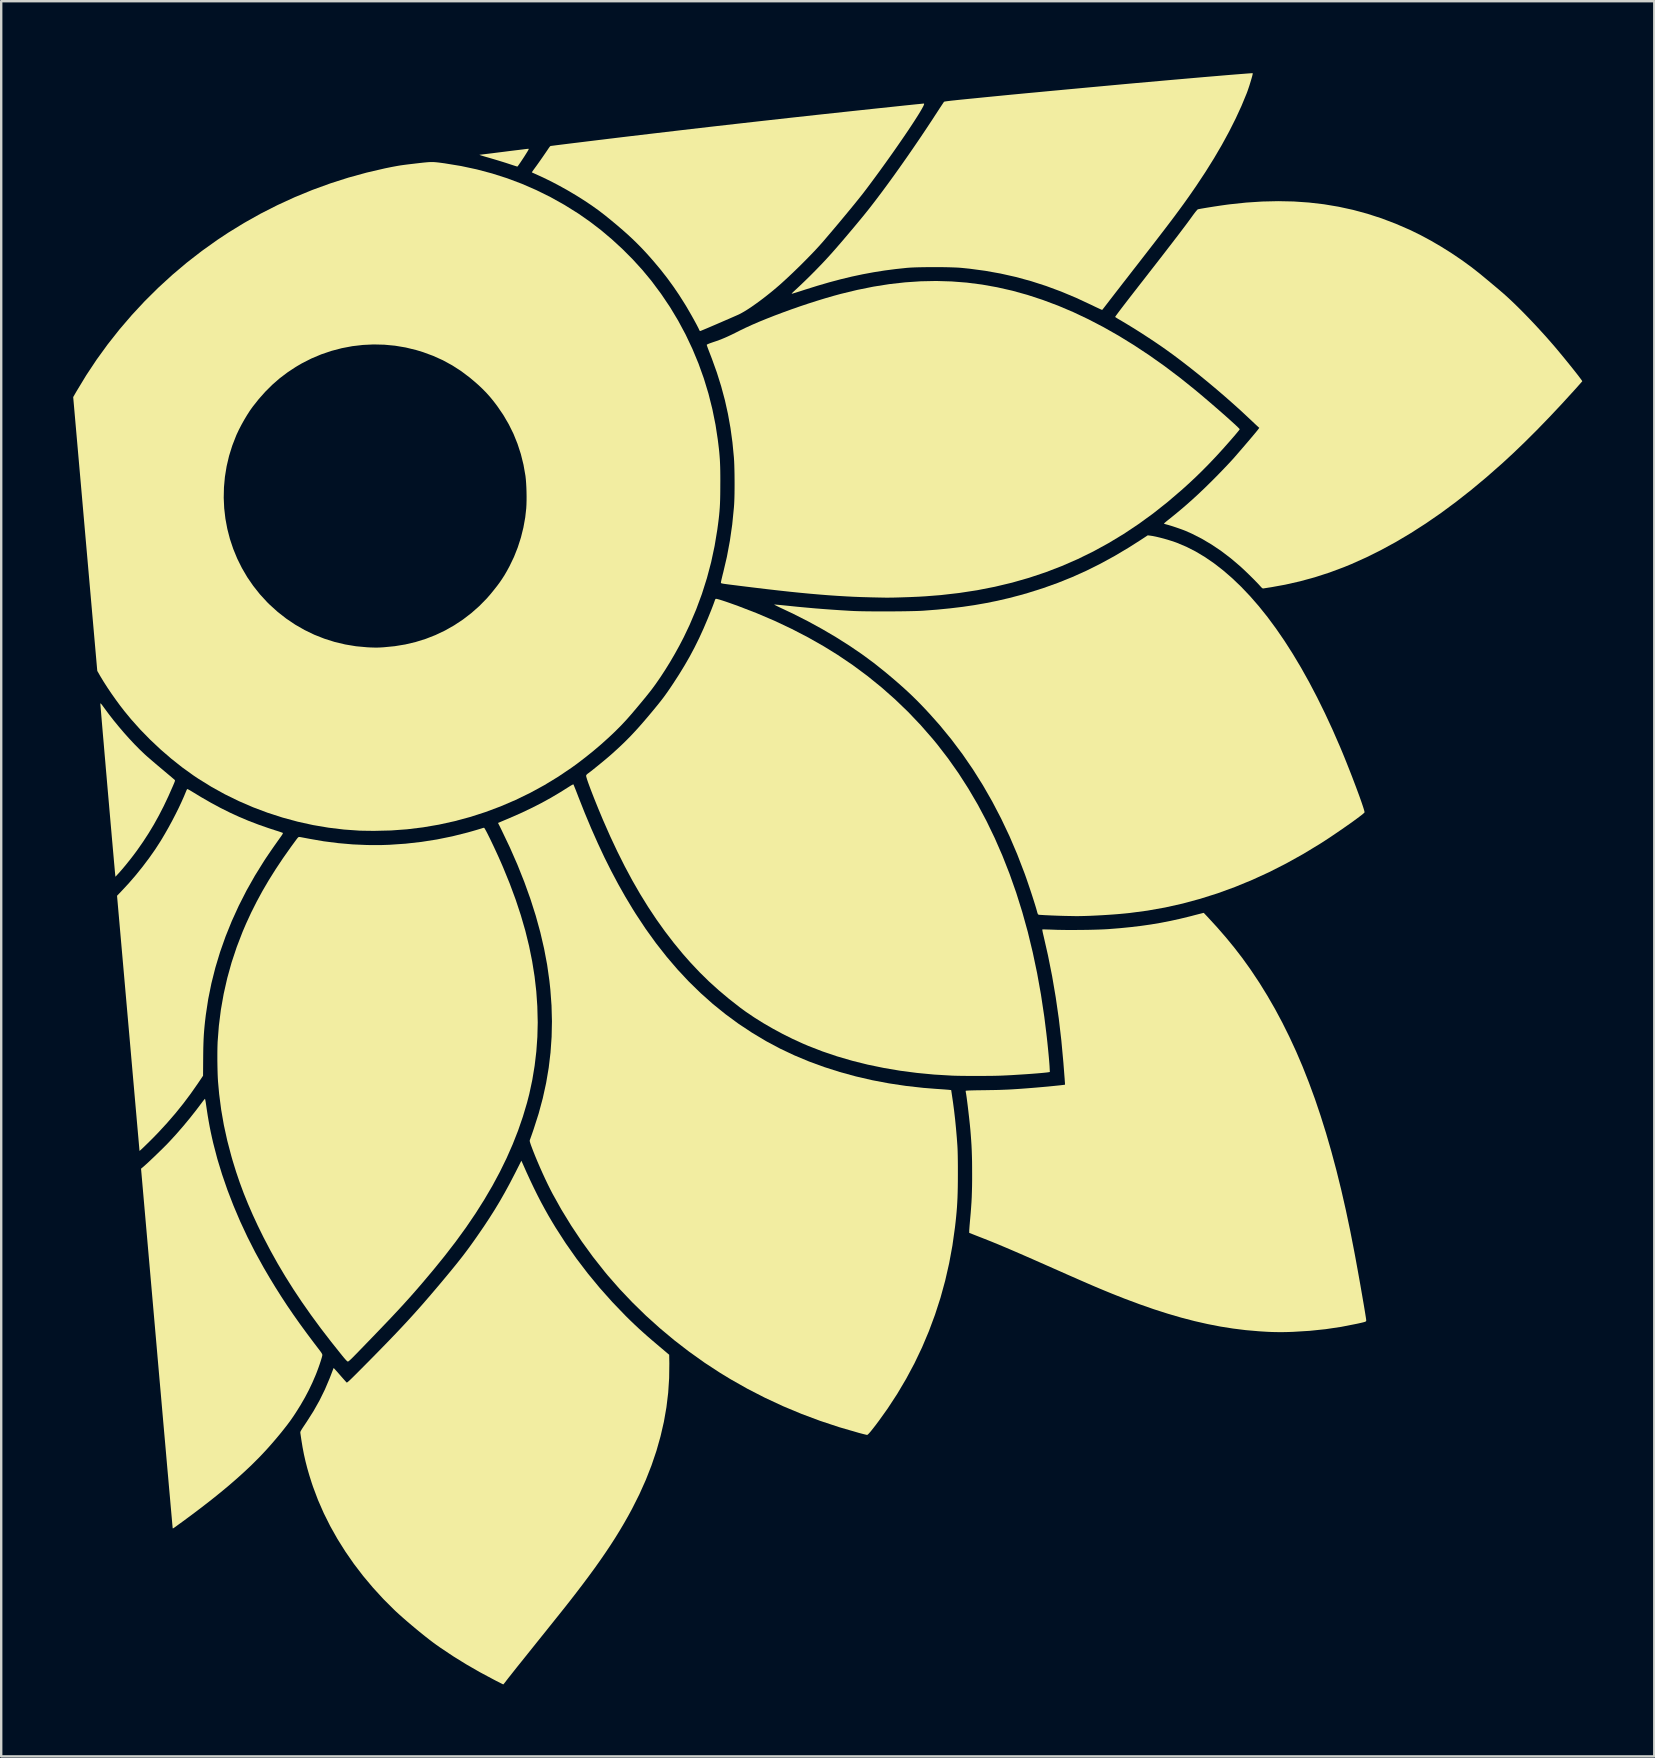
<source format=kicad_pcb>
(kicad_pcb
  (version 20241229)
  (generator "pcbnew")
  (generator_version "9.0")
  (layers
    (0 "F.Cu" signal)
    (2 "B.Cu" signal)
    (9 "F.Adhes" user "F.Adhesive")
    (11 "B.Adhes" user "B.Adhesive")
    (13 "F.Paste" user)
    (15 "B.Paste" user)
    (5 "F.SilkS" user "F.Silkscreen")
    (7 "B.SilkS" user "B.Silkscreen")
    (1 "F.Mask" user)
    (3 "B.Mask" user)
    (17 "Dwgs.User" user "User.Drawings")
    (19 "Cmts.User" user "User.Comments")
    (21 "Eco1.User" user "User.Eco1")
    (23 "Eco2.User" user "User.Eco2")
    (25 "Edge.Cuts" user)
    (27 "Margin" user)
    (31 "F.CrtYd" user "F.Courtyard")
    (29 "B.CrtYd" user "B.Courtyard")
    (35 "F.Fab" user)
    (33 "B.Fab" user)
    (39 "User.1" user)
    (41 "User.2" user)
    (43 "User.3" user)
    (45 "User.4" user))
  (footprint "lotusFront"
    (layer "F.Cu")
    (at 31.436 33.556)
    (property "Reference" "lotusFront" (at 0 0 0) (layer "F.SilkS") (effects (font (size 1.524 1.524) (thickness 0.3))))
    (attr board_only exclude_from_pos_files exclude_from_bom)
    (fp_poly (pts (xy -12.457 -30.404) (xy -12.456 -30.393) (xy -12.464 -30.37) (xy -12.484 -30.333) (xy -12.516 -30.279) (xy -12.562 -30.205) (xy -12.623 -30.108) (xy -12.67 -30.035) (xy -12.735 -29.937) (xy -12.794 -29.848) (xy -12.846 -29.773) (xy -12.887 -29.715) (xy -12.916 -29.678) (xy -12.929 -29.665) (xy -12.929 -29.665) (xy -12.95 -29.671) (xy -12.997 -29.685) (xy -13.066 -29.707) (xy -13.152 -29.735) (xy -13.25 -29.767) (xy -13.295 -29.782) (xy -13.414 -29.821) (xy -13.555 -29.865) (xy -13.708 -29.912) (xy -13.863 -29.959) (xy -14.009 -30.002) (xy -14.07 -30.02) (xy -14.207 -30.059) (xy -14.315 -30.091) (xy -14.396 -30.115) (xy -14.453 -30.133) (xy -14.488 -30.146) (xy -14.505 -30.154) (xy -14.505 -30.158) (xy -14.491 -30.159) (xy -14.488 -30.159) (xy -14.467 -30.161) (xy -14.416 -30.167) (xy -14.338 -30.177) (xy -14.237 -30.189) (xy -14.114 -30.204) (xy -13.973 -30.221) (xy -13.818 -30.241) (xy -13.65 -30.262) (xy -13.481 -30.283) (xy -13.304 -30.306) (xy -13.136 -30.327) (xy -12.98 -30.346) (xy -12.839 -30.363) (xy -12.716 -30.378) (xy -12.615 -30.391) (xy -12.537 -30.4) (xy -12.486 -30.405) (xy -12.466 -30.407)) (stroke (width 0) (type solid)) (fill yes) (layer "F.SilkS"))
    (fp_poly (pts (xy -30.288 -7.292) (xy -30.267 -7.271) (xy -30.233 -7.23) (xy -30.186 -7.166) (xy -30.135 -7.096) (xy -29.947 -6.842) (xy -29.745 -6.582) (xy -29.532 -6.323) (xy -29.314 -6.067) (xy -29.093 -5.82) (xy -28.875 -5.587) (xy -28.663 -5.373) (xy -28.462 -5.181) (xy -28.399 -5.124) (xy -28.335 -5.067) (xy -28.249 -4.993) (xy -28.148 -4.906) (xy -28.036 -4.81) (xy -27.917 -4.709) (xy -27.797 -4.608) (xy -27.714 -4.538) (xy -27.606 -4.447) (xy -27.505 -4.362) (xy -27.414 -4.286) (xy -27.336 -4.22) (xy -27.275 -4.168) (xy -27.233 -4.132) (xy -27.213 -4.115) (xy -27.212 -4.115) (xy -27.201 -4.102) (xy -27.196 -4.087) (xy -27.198 -4.064) (xy -27.209 -4.029) (xy -27.23 -3.975) (xy -27.263 -3.897) (xy -27.273 -3.873) (xy -27.468 -3.431) (xy -27.665 -3.016) (xy -27.867 -2.623) (xy -28.075 -2.248) (xy -28.294 -1.885) (xy -28.526 -1.528) (xy -28.774 -1.173) (xy -28.799 -1.139) (xy -28.894 -1.011) (xy -29 -0.872) (xy -29.113 -0.729) (xy -29.228 -0.586) (xy -29.34 -0.451) (xy -29.444 -0.329) (xy -29.536 -0.225) (xy -29.561 -0.198) (xy -29.676 -0.074) (xy -29.687 -0.174) (xy -29.691 -0.216) (xy -29.698 -0.288) (xy -29.707 -0.388) (xy -29.718 -0.514) (xy -29.732 -0.664) (xy -29.747 -0.837) (xy -29.764 -1.03) (xy -29.783 -1.241) (xy -29.803 -1.47) (xy -29.825 -1.713) (xy -29.847 -1.97) (xy -29.871 -2.238) (xy -29.895 -2.515) (xy -29.92 -2.8) (xy -29.945 -3.091) (xy -29.971 -3.386) (xy -29.997 -3.683) (xy -30.023 -3.98) (xy -30.048 -4.275) (xy -30.074 -4.567) (xy -30.098 -4.854) (xy -30.123 -5.134) (xy -30.146 -5.405) (xy -30.168 -5.665) (xy -30.19 -5.912) (xy -30.21 -6.145) (xy -30.228 -6.361) (xy -30.245 -6.56) (xy -30.26 -6.738) (xy -30.273 -6.895) (xy -30.284 -7.028) (xy -30.293 -7.135) (xy -30.3 -7.215) (xy -30.304 -7.266) (xy -30.305 -7.286) (xy -30.305 -7.286) (xy -30.3 -7.296)) (stroke (width 0) (type solid)) (fill yes) (layer "F.SilkS"))
    (fp_poly (pts (xy -26.669 -3.723) (xy -26.628 -3.705) (xy -26.57 -3.673) (xy -26.521 -3.644) (xy -26.098 -3.387) (xy -25.691 -3.153) (xy -25.295 -2.94) (xy -24.904 -2.745) (xy -24.514 -2.566) (xy -24.118 -2.399) (xy -23.712 -2.244) (xy -23.291 -2.097) (xy -22.987 -1.998) (xy -22.897 -1.97) (xy -22.818 -1.943) (xy -22.754 -1.921) (xy -22.713 -1.906) (xy -22.699 -1.899) (xy -22.7 -1.879) (xy -22.72 -1.839) (xy -22.752 -1.789) (xy -22.913 -1.563) (xy -23.056 -1.361) (xy -23.183 -1.178) (xy -23.296 -1.013) (xy -23.397 -0.863) (xy -23.481 -0.736) (xy -23.863 -0.121) (xy -24.215 0.502) (xy -24.536 1.133) (xy -24.827 1.771) (xy -25.087 2.415) (xy -25.316 3.064) (xy -25.513 3.716) (xy -25.678 4.372) (xy -25.811 5.03) (xy -25.911 5.69) (xy -25.92 5.767) (xy -25.944 5.968) (xy -25.963 6.153) (xy -25.979 6.33) (xy -25.992 6.503) (xy -26.002 6.681) (xy -26.009 6.867) (xy -26.015 7.07) (xy -26.018 7.295) (xy -26.02 7.493) (xy -26.025 8.219) (xy -26.237 8.534) (xy -26.54 8.967) (xy -26.852 9.383) (xy -27.178 9.787) (xy -27.524 10.187) (xy -27.895 10.59) (xy -27.926 10.622) (xy -27.998 10.696) (xy -28.078 10.779) (xy -28.164 10.865) (xy -28.252 10.953) (xy -28.34 11.039) (xy -28.423 11.12) (xy -28.499 11.194) (xy -28.565 11.257) (xy -28.618 11.306) (xy -28.655 11.338) (xy -28.672 11.351) (xy -28.673 11.351) (xy -28.674 11.334) (xy -28.679 11.286) (xy -28.685 11.207) (xy -28.695 11.099) (xy -28.707 10.962) (xy -28.721 10.8) (xy -28.738 10.611) (xy -28.757 10.398) (xy -28.778 10.162) (xy -28.8 9.905) (xy -28.825 9.626) (xy -28.851 9.328) (xy -28.879 9.013) (xy -28.908 8.68) (xy -28.939 8.331) (xy -28.971 7.968) (xy -29.004 7.591) (xy -29.038 7.203) (xy -29.073 6.804) (xy -29.109 6.395) (xy -29.141 6.032) (xy -29.609 0.719) (xy -29.426 0.528) (xy -29.123 0.202) (xy -28.826 -0.142) (xy -28.54 -0.497) (xy -28.269 -0.857) (xy -28.017 -1.215) (xy -27.79 -1.567) (xy -27.768 -1.603) (xy -27.615 -1.861) (xy -27.463 -2.128) (xy -27.315 -2.4) (xy -27.174 -2.672) (xy -27.042 -2.936) (xy -26.923 -3.19) (xy -26.818 -3.426) (xy -26.752 -3.586) (xy -26.727 -3.646) (xy -26.706 -3.694) (xy -26.691 -3.722) (xy -26.689 -3.725)) (stroke (width 0) (type solid)) (fill yes) (layer "F.SilkS"))
    (fp_poly (pts (xy -25.938 9.199) (xy -25.929 9.242) (xy -25.918 9.302) (xy -25.913 9.332) (xy -25.871 9.618) (xy -25.831 9.878) (xy -25.79 10.118) (xy -25.749 10.343) (xy -25.705 10.562) (xy -25.658 10.779) (xy -25.607 11.002) (xy -25.596 11.047) (xy -25.43 11.684) (xy -25.233 12.329) (xy -25.009 12.979) (xy -24.757 13.632) (xy -24.48 14.284) (xy -24.178 14.932) (xy -23.853 15.573) (xy -23.505 16.204) (xy -23.487 16.235) (xy -23.252 16.636) (xy -23.015 17.026) (xy -22.773 17.409) (xy -22.524 17.79) (xy -22.263 18.172) (xy -21.989 18.56) (xy -21.698 18.958) (xy -21.388 19.371) (xy -21.156 19.674) (xy -21.099 19.753) (xy -21.065 19.813) (xy -21.054 19.85) (xy -21.059 19.887) (xy -21.075 19.95) (xy -21.1 20.034) (xy -21.131 20.133) (xy -21.168 20.244) (xy -21.208 20.359) (xy -21.251 20.476) (xy -21.293 20.588) (xy -21.327 20.674) (xy -21.467 21) (xy -21.617 21.315) (xy -21.78 21.625) (xy -21.961 21.938) (xy -22.162 22.259) (xy -22.262 22.411) (xy -22.376 22.575) (xy -22.511 22.757) (xy -22.663 22.952) (xy -22.828 23.157) (xy -23.003 23.366) (xy -23.184 23.576) (xy -23.367 23.782) (xy -23.55 23.979) (xy -23.714 24.15) (xy -23.992 24.427) (xy -24.287 24.706) (xy -24.601 24.99) (xy -24.936 25.281) (xy -25.293 25.578) (xy -25.674 25.884) (xy -26.08 26.2) (xy -26.513 26.527) (xy -26.871 26.791) (xy -26.987 26.875) (xy -27.079 26.942) (xy -27.149 26.994) (xy -27.202 27.031) (xy -27.239 27.057) (xy -27.263 27.072) (xy -27.278 27.079) (xy -27.285 27.079) (xy -27.288 27.075) (xy -27.29 27.068) (xy -27.291 27.066) (xy -27.293 27.048) (xy -27.297 26.999) (xy -27.305 26.918) (xy -27.315 26.808) (xy -27.327 26.669) (xy -27.342 26.502) (xy -27.359 26.309) (xy -27.379 26.089) (xy -27.4 25.846) (xy -27.424 25.578) (xy -27.45 25.288) (xy -27.477 24.977) (xy -27.507 24.645) (xy -27.538 24.294) (xy -27.57 23.924) (xy -27.604 23.537) (xy -27.64 23.134) (xy -27.677 22.715) (xy -27.715 22.282) (xy -27.754 21.836) (xy -27.794 21.378) (xy -27.836 20.909) (xy -27.878 20.429) (xy -27.921 19.941) (xy -27.953 19.568) (xy -28.609 12.091) (xy -28.54 12.034) (xy -28.476 11.978) (xy -28.392 11.903) (xy -28.293 11.812) (xy -28.184 11.709) (xy -28.066 11.598) (xy -27.946 11.482) (xy -27.827 11.366) (xy -27.712 11.254) (xy -27.607 11.149) (xy -27.514 11.055) (xy -27.443 10.981) (xy -27.15 10.662) (xy -26.859 10.328) (xy -26.578 9.989) (xy -26.312 9.653) (xy -26.128 9.408) (xy -26.071 9.333) (xy -26.022 9.268) (xy -25.982 9.219) (xy -25.955 9.188) (xy -25.945 9.18)) (stroke (width 0) (type solid)) (fill yes) (layer "F.SilkS"))
    (fp_poly (pts (xy -14.302 -2.101) (xy -14.276 -2.059) (xy -14.238 -1.992) (xy -14.191 -1.903) (xy -14.137 -1.795) (xy -14.075 -1.671) (xy -14.009 -1.533) (xy -13.938 -1.385) (xy -13.865 -1.229) (xy -13.79 -1.067) (xy -13.715 -0.903) (xy -13.642 -0.739) (xy -13.572 -0.579) (xy -13.522 -0.463) (xy -13.246 0.213) (xy -13 0.877) (xy -12.784 1.531) (xy -12.597 2.176) (xy -12.44 2.815) (xy -12.312 3.448) (xy -12.212 4.076) (xy -12.14 4.702) (xy -12.097 5.326) (xy -12.081 5.95) (xy -12.08 6.007) (xy -12.095 6.604) (xy -12.138 7.205) (xy -12.209 7.804) (xy -12.307 8.396) (xy -12.431 8.976) (xy -12.526 9.345) (xy -12.699 9.925) (xy -12.898 10.502) (xy -13.124 11.077) (xy -13.377 11.651) (xy -13.658 12.226) (xy -13.967 12.801) (xy -14.306 13.379) (xy -14.673 13.96) (xy -15.071 14.545) (xy -15.499 15.134) (xy -15.959 15.73) (xy -16.424 16.303) (xy -16.579 16.487) (xy -16.726 16.662) (xy -16.867 16.829) (xy -17.005 16.99) (xy -17.141 17.147) (xy -17.277 17.302) (xy -17.413 17.456) (xy -17.554 17.612) (xy -17.698 17.771) (xy -17.85 17.936) (xy -18.01 18.107) (xy -18.179 18.288) (xy -18.361 18.479) (xy -18.556 18.683) (xy -18.766 18.902) (xy -18.992 19.137) (xy -19.238 19.391) (xy -19.503 19.665) (xy -19.715 19.882) (xy -19.812 19.98) (xy -19.888 20.053) (xy -19.943 20.101) (xy -19.979 20.125) (xy -19.99 20.128) (xy -20.011 20.12) (xy -20.043 20.092) (xy -20.089 20.044) (xy -20.151 19.973) (xy -20.23 19.877) (xy -20.231 19.876) (xy -20.689 19.302) (xy -21.121 18.741) (xy -21.525 18.191) (xy -21.906 17.648) (xy -22.263 17.112) (xy -22.599 16.578) (xy -22.915 16.046) (xy -23.212 15.513) (xy -23.493 14.976) (xy -23.508 14.947) (xy -23.743 14.469) (xy -23.957 14.007) (xy -24.152 13.558) (xy -24.331 13.115) (xy -24.495 12.672) (xy -24.647 12.225) (xy -24.789 11.766) (xy -24.846 11.568) (xy -25.017 10.918) (xy -25.158 10.275) (xy -25.27 9.632) (xy -25.354 8.983) (xy -25.402 8.453) (xy -25.41 8.317) (xy -25.417 8.155) (xy -25.422 7.974) (xy -25.426 7.78) (xy -25.429 7.581) (xy -25.429 7.383) (xy -25.428 7.193) (xy -25.425 7.019) (xy -25.42 6.866) (xy -25.418 6.809) (xy -25.366 6.136) (xy -25.282 5.468) (xy -25.165 4.805) (xy -25.016 4.147) (xy -24.835 3.496) (xy -24.621 2.852) (xy -24.376 2.216) (xy -24.229 1.873) (xy -24.018 1.416) (xy -23.791 0.965) (xy -23.548 0.517) (xy -23.285 0.068) (xy -23.001 -0.385) (xy -22.694 -0.846) (xy -22.361 -1.318) (xy -22.185 -1.558) (xy -22.132 -1.63) (xy -22.094 -1.679) (xy -22.066 -1.71) (xy -22.044 -1.726) (xy -22.024 -1.731) (xy -22.002 -1.73) (xy -21.996 -1.729) (xy -21.962 -1.724) (xy -21.902 -1.713) (xy -21.822 -1.698) (xy -21.726 -1.68) (xy -21.621 -1.66) (xy -21.591 -1.654) (xy -20.996 -1.551) (xy -20.391 -1.474) (xy -19.785 -1.421) (xy -19.181 -1.395) (xy -18.588 -1.394) (xy -18.262 -1.405) (xy -17.588 -1.451) (xy -16.929 -1.525) (xy -16.28 -1.627) (xy -15.637 -1.758) (xy -14.996 -1.919) (xy -14.801 -1.974) (xy -14.694 -2.005) (xy -14.595 -2.034) (xy -14.509 -2.06) (xy -14.442 -2.08) (xy -14.399 -2.094) (xy -14.389 -2.097) (xy -14.347 -2.11) (xy -14.317 -2.115)) (stroke (width 0) (type solid)) (fill yes) (layer "F.SilkS"))
    (fp_poly (pts (xy -4.587 -11.643) (xy -4.502 -11.62) (xy -4.387 -11.584) (xy -4.244 -11.537) (xy -4.071 -11.477) (xy -3.87 -11.405) (xy -3.718 -11.35) (xy -2.957 -11.056) (xy -2.218 -10.741) (xy -1.504 -10.404) (xy -0.814 -10.047) (xy -0.149 -9.669) (xy 0.421 -9.316) (xy 1.048 -8.892) (xy 1.655 -8.442) (xy 2.243 -7.966) (xy 2.81 -7.465) (xy 3.355 -6.941) (xy 3.875 -6.394) (xy 4.371 -5.827) (xy 4.563 -5.594) (xy 5.019 -5.003) (xy 5.453 -4.387) (xy 5.864 -3.747) (xy 6.253 -3.084) (xy 6.619 -2.397) (xy 6.962 -1.686) (xy 7.283 -0.951) (xy 7.581 -0.193) (xy 7.857 0.589) (xy 8.109 1.393) (xy 8.339 2.221) (xy 8.545 3.072) (xy 8.729 3.946) (xy 8.89 4.842) (xy 9.028 5.762) (xy 9.113 6.445) (xy 9.136 6.645) (xy 9.158 6.846) (xy 9.178 7.044) (xy 9.197 7.235) (xy 9.214 7.412) (xy 9.228 7.572) (xy 9.239 7.71) (xy 9.247 7.821) (xy 9.248 7.844) (xy 9.259 8.062) (xy 9.203 8.072) (xy 9.139 8.081) (xy 9.045 8.091) (xy 8.926 8.103) (xy 8.786 8.115) (xy 8.628 8.128) (xy 8.456 8.141) (xy 8.274 8.154) (xy 8.086 8.166) (xy 7.896 8.178) (xy 7.708 8.19) (xy 7.525 8.2) (xy 7.351 8.208) (xy 7.247 8.213) (xy 7.118 8.217) (xy 6.962 8.221) (xy 6.784 8.224) (xy 6.589 8.225) (xy 6.385 8.226) (xy 6.175 8.227) (xy 5.966 8.226) (xy 5.764 8.225) (xy 5.573 8.223) (xy 5.4 8.22) (xy 5.25 8.216) (xy 5.156 8.212) (xy 4.435 8.169) (xy 3.724 8.101) (xy 3.026 8.01) (xy 2.342 7.894) (xy 1.674 7.756) (xy 1.024 7.594) (xy 0.393 7.41) (xy -0.216 7.204) (xy -0.803 6.976) (xy -1.033 6.878) (xy -1.455 6.685) (xy -1.873 6.477) (xy -2.282 6.256) (xy -2.678 6.027) (xy -3.055 5.791) (xy -3.407 5.553) (xy -3.651 5.375) (xy -4.108 5.017) (xy -4.537 4.657) (xy -4.943 4.29) (xy -5.33 3.91) (xy -5.704 3.514) (xy -6.034 3.14) (xy -6.415 2.677) (xy -6.783 2.197) (xy -7.138 1.699) (xy -7.482 1.181) (xy -7.815 0.642) (xy -8.139 0.079) (xy -8.454 -0.509) (xy -8.762 -1.124) (xy -9.064 -1.767) (xy -9.36 -2.44) (xy -9.555 -2.907) (xy -9.646 -3.132) (xy -9.731 -3.343) (xy -9.807 -3.538) (xy -9.875 -3.714) (xy -9.933 -3.87) (xy -9.982 -4.005) (xy -10.02 -4.116) (xy -10.046 -4.202) (xy -10.061 -4.26) (xy -10.064 -4.283) (xy -10.05 -4.32) (xy -10.006 -4.362) (xy -9.994 -4.371) (xy -9.94 -4.41) (xy -9.866 -4.467) (xy -9.776 -4.538) (xy -9.674 -4.62) (xy -9.565 -4.708) (xy -9.454 -4.799) (xy -9.344 -4.889) (xy -9.241 -4.975) (xy -9.149 -5.053) (xy -9.072 -5.119) (xy -9.058 -5.131) (xy -8.867 -5.302) (xy -8.689 -5.465) (xy -8.519 -5.626) (xy -8.355 -5.788) (xy -8.193 -5.953) (xy -8.031 -6.126) (xy -7.865 -6.309) (xy -7.691 -6.507) (xy -7.507 -6.722) (xy -7.309 -6.958) (xy -7.151 -7.15) (xy -7.037 -7.29) (xy -6.935 -7.419) (xy -6.84 -7.543) (xy -6.748 -7.669) (xy -6.653 -7.803) (xy -6.551 -7.952) (xy -6.439 -8.119) (xy -6.189 -8.505) (xy -5.959 -8.881) (xy -5.745 -9.253) (xy -5.545 -9.629) (xy -5.355 -10.013) (xy -5.172 -10.413) (xy -4.992 -10.836) (xy -4.866 -11.147) (xy -4.825 -11.251) (xy -4.787 -11.35) (xy -4.754 -11.437) (xy -4.729 -11.506) (xy -4.712 -11.553) (xy -4.709 -11.564) (xy -4.691 -11.611) (xy -4.673 -11.645) (xy -4.667 -11.652) (xy -4.642 -11.654)) (stroke (width 0) (type solid)) (fill yes) (layer "F.SilkS"))
    (fp_poly (pts (xy 4.022 -32.278) (xy 4.012 -32.24) (xy 3.984 -32.177) (xy 3.938 -32.091) (xy 3.876 -31.983) (xy 3.798 -31.854) (xy 3.705 -31.706) (xy 3.598 -31.539) (xy 3.477 -31.355) (xy 3.344 -31.155) (xy 3.198 -30.94) (xy 3.041 -30.711) (xy 2.874 -30.47) (xy 2.697 -30.217) (xy 2.544 -30.002) (xy 2.42 -29.828) (xy 2.29 -29.648) (xy 2.158 -29.465) (xy 2.025 -29.284) (xy 1.895 -29.108) (xy 1.771 -28.94) (xy 1.655 -28.785) (xy 1.55 -28.647) (xy 1.459 -28.528) (xy 1.395 -28.447) (xy 1.275 -28.297) (xy 1.137 -28.126) (xy 0.985 -27.94) (xy 0.822 -27.743) (xy 0.653 -27.539) (xy 0.482 -27.333) (xy 0.312 -27.131) (xy 0.147 -26.936) (xy -0.009 -26.753) (xy -0.151 -26.586) (xy -0.263 -26.458) (xy -0.396 -26.31) (xy -0.549 -26.145) (xy -0.72 -25.967) (xy -0.903 -25.78) (xy -1.094 -25.588) (xy -1.29 -25.397) (xy -1.486 -25.208) (xy -1.677 -25.028) (xy -1.86 -24.86) (xy -2.024 -24.713) (xy -2.212 -24.553) (xy -2.405 -24.394) (xy -2.599 -24.24) (xy -2.793 -24.092) (xy -2.982 -23.954) (xy -3.162 -23.827) (xy -3.331 -23.715) (xy -3.485 -23.62) (xy -3.62 -23.544) (xy -3.685 -23.511) (xy -3.73 -23.49) (xy -3.8 -23.459) (xy -3.889 -23.42) (xy -3.996 -23.373) (xy -4.117 -23.32) (xy -4.247 -23.264) (xy -4.383 -23.205) (xy -4.522 -23.145) (xy -4.66 -23.085) (xy -4.794 -23.028) (xy -4.919 -22.974) (xy -5.032 -22.926) (xy -5.13 -22.885) (xy -5.209 -22.852) (xy -5.265 -22.829) (xy -5.295 -22.817) (xy -5.296 -22.816) (xy -5.319 -22.815) (xy -5.338 -22.833) (xy -5.359 -22.877) (xy -5.359 -22.878) (xy -5.383 -22.93) (xy -5.422 -23.006) (xy -5.472 -23.102) (xy -5.532 -23.212) (xy -5.598 -23.332) (xy -5.669 -23.459) (xy -5.742 -23.586) (xy -5.814 -23.71) (xy -5.882 -23.827) (xy -5.945 -23.931) (xy -5.949 -23.937) (xy -6.191 -24.319) (xy -6.436 -24.678) (xy -6.688 -25.024) (xy -6.954 -25.364) (xy -7.241 -25.707) (xy -7.413 -25.904) (xy -7.59 -26.1) (xy -7.767 -26.288) (xy -7.947 -26.47) (xy -8.133 -26.651) (xy -8.33 -26.834) (xy -8.541 -27.021) (xy -8.769 -27.217) (xy -9.018 -27.424) (xy -9.273 -27.631) (xy -9.539 -27.836) (xy -9.832 -28.045) (xy -10.146 -28.255) (xy -10.477 -28.463) (xy -10.819 -28.666) (xy -11.167 -28.86) (xy -11.515 -29.043) (xy -11.859 -29.211) (xy -12.095 -29.319) (xy -12.174 -29.355) (xy -12.242 -29.385) (xy -12.293 -29.408) (xy -12.321 -29.422) (xy -12.325 -29.424) (xy -12.318 -29.438) (xy -12.294 -29.474) (xy -12.257 -29.527) (xy -12.21 -29.591) (xy -12.191 -29.617) (xy -12.118 -29.717) (xy -12.032 -29.838) (xy -11.938 -29.972) (xy -11.841 -30.112) (xy -11.746 -30.25) (xy -11.658 -30.38) (xy -11.643 -30.403) (xy -11.605 -30.457) (xy -11.573 -30.499) (xy -11.55 -30.521) (xy -11.545 -30.523) (xy -11.52 -30.526) (xy -11.473 -30.532) (xy -11.419 -30.539) (xy -11.381 -30.544) (xy -11.313 -30.553) (xy -11.217 -30.565) (xy -11.097 -30.58) (xy -10.955 -30.598) (xy -10.793 -30.618) (xy -10.616 -30.64) (xy -10.425 -30.663) (xy -10.222 -30.688) (xy -10.012 -30.714) (xy -9.796 -30.74) (xy -9.578 -30.767) (xy -9.359 -30.793) (xy -9.143 -30.82) (xy -8.933 -30.845) (xy -8.731 -30.87) (xy -8.54 -30.893) (xy -8.363 -30.914) (xy -8.255 -30.927) (xy -7.14 -31.059) (xy -6.029 -31.19) (xy -4.917 -31.319) (xy -3.8 -31.446) (xy -2.674 -31.573) (xy -1.534 -31.7) (xy -0.377 -31.827) (xy 0.802 -31.954) (xy 2.006 -32.083) (xy 2.878 -32.175) (xy 3.066 -32.195) (xy 3.245 -32.214) (xy 3.412 -32.231) (xy 3.564 -32.247) (xy 3.699 -32.261) (xy 3.813 -32.272) (xy 3.905 -32.281) (xy 3.97 -32.288) (xy 4.006 -32.291) (xy 4.013 -32.291)) (stroke (width 0) (type solid)) (fill yes) (layer "F.SilkS"))
    (fp_poly (pts (xy -10.584 -3.904) (xy -10.565 -3.858) (xy -10.538 -3.79) (xy -10.502 -3.701) (xy -10.461 -3.597) (xy -10.416 -3.481) (xy -10.387 -3.404) (xy -10.12 -2.73) (xy -9.851 -2.087) (xy -9.578 -1.472) (xy -9.302 -0.882) (xy -9.019 -0.317) (xy -8.73 0.228) (xy -8.433 0.754) (xy -8.127 1.263) (xy -7.992 1.479) (xy -7.581 2.1) (xy -7.154 2.692) (xy -6.713 3.254) (xy -6.256 3.789) (xy -5.783 4.295) (xy -5.293 4.773) (xy -4.786 5.225) (xy -4.262 5.649) (xy -3.72 6.048) (xy -3.159 6.42) (xy -2.58 6.767) (xy -2.54 6.79) (xy -1.973 7.092) (xy -1.384 7.37) (xy -0.773 7.625) (xy -0.142 7.856) (xy 0.508 8.063) (xy 1.175 8.246) (xy 1.858 8.404) (xy 2.556 8.536) (xy 3.268 8.643) (xy 3.992 8.724) (xy 4.536 8.767) (xy 4.655 8.775) (xy 4.768 8.783) (xy 4.871 8.79) (xy 4.957 8.797) (xy 5.019 8.802) (xy 5.04 8.804) (xy 5.148 8.816) (xy 5.168 8.949) (xy 5.222 9.313) (xy 5.27 9.674) (xy 5.312 10.038) (xy 5.349 10.414) (xy 5.383 10.809) (xy 5.407 11.138) (xy 5.413 11.248) (xy 5.418 11.389) (xy 5.422 11.559) (xy 5.425 11.758) (xy 5.427 11.983) (xy 5.427 12.233) (xy 5.427 12.328) (xy 5.426 12.606) (xy 5.423 12.857) (xy 5.418 13.086) (xy 5.411 13.299) (xy 5.401 13.502) (xy 5.389 13.699) (xy 5.373 13.898) (xy 5.354 14.103) (xy 5.331 14.32) (xy 5.305 14.543) (xy 5.2 15.292) (xy 5.064 16.03) (xy 4.898 16.757) (xy 4.702 17.472) (xy 4.475 18.174) (xy 4.219 18.863) (xy 3.934 19.538) (xy 3.619 20.198) (xy 3.274 20.843) (xy 2.901 21.473) (xy 2.5 22.087) (xy 2.152 22.574) (xy 2.03 22.738) (xy 1.925 22.874) (xy 1.838 22.985) (xy 1.767 23.071) (xy 1.712 23.132) (xy 1.672 23.17) (xy 1.647 23.184) (xy 1.644 23.185) (xy 1.619 23.18) (xy 1.567 23.168) (xy 1.494 23.15) (xy 1.405 23.127) (xy 1.306 23.101) (xy 1.289 23.096) (xy 0.479 22.861) (xy -0.317 22.597) (xy -1.097 22.305) (xy -1.861 21.986) (xy -2.607 21.639) (xy -3.335 21.265) (xy -4.044 20.864) (xy -4.478 20.6) (xy -5.131 20.173) (xy -5.769 19.718) (xy -6.39 19.239) (xy -6.992 18.736) (xy -7.574 18.212) (xy -8.131 17.668) (xy -8.664 17.107) (xy -9.169 16.53) (xy -9.282 16.393) (xy -9.777 15.767) (xy -10.245 15.123) (xy -10.685 14.463) (xy -11.097 13.79) (xy -11.465 13.13) (xy -11.564 12.938) (xy -11.669 12.726) (xy -11.777 12.499) (xy -11.885 12.264) (xy -11.991 12.026) (xy -12.092 11.791) (xy -12.186 11.565) (xy -12.27 11.354) (xy -12.342 11.164) (xy -12.367 11.095) (xy -12.392 11.02) (xy -12.407 10.969) (xy -12.413 10.933) (xy -12.411 10.906) (xy -12.403 10.88) (xy -12.401 10.876) (xy -12.389 10.845) (xy -12.369 10.788) (xy -12.341 10.71) (xy -12.308 10.616) (xy -12.272 10.511) (xy -12.247 10.438) (xy -12.042 9.797) (xy -11.87 9.159) (xy -11.73 8.522) (xy -11.622 7.884) (xy -11.546 7.244) (xy -11.501 6.6) (xy -11.487 5.951) (xy -11.505 5.293) (xy -11.554 4.626) (xy -11.594 4.255) (xy -11.688 3.591) (xy -11.815 2.919) (xy -11.973 2.238) (xy -12.163 1.548) (xy -12.385 0.85) (xy -12.639 0.143) (xy -12.924 -0.572) (xy -13.241 -1.295) (xy -13.59 -2.027) (xy -13.644 -2.137) (xy -13.734 -2.315) (xy -13.663 -2.345) (xy -13.626 -2.361) (xy -13.565 -2.387) (xy -13.485 -2.421) (xy -13.392 -2.46) (xy -13.292 -2.502) (xy -13.276 -2.509) (xy -12.807 -2.714) (xy -12.365 -2.923) (xy -11.941 -3.138) (xy -11.53 -3.364) (xy -11.124 -3.605) (xy -10.768 -3.829) (xy -10.704 -3.869) (xy -10.649 -3.9) (xy -10.61 -3.919) (xy -10.593 -3.922)) (stroke (width 0) (type solid)) (fill yes) (layer "F.SilkS"))
    (fp_poly (pts (xy 5.165 -24.879) (xy 5.801 -24.83) (xy 6.433 -24.749) (xy 7.064 -24.636) (xy 7.695 -24.493) (xy 8.326 -24.318) (xy 8.958 -24.111) (xy 9.594 -23.873) (xy 9.612 -23.866) (xy 10.236 -23.601) (xy 10.865 -23.303) (xy 11.497 -22.974) (xy 12.131 -22.614) (xy 12.766 -22.223) (xy 13.402 -21.802) (xy 14.038 -21.352) (xy 14.674 -20.872) (xy 15.307 -20.364) (xy 15.41 -20.278) (xy 15.556 -20.156) (xy 15.706 -20.029) (xy 15.86 -19.898) (xy 16.014 -19.766) (xy 16.166 -19.634) (xy 16.316 -19.504) (xy 16.46 -19.378) (xy 16.596 -19.258) (xy 16.723 -19.145) (xy 16.838 -19.041) (xy 16.939 -18.949) (xy 17.025 -18.87) (xy 17.092 -18.806) (xy 17.14 -18.758) (xy 17.166 -18.729) (xy 17.17 -18.721) (xy 17.159 -18.702) (xy 17.129 -18.661) (xy 17.08 -18.601) (xy 17.016 -18.524) (xy 16.939 -18.433) (xy 16.851 -18.332) (xy 16.755 -18.221) (xy 16.652 -18.105) (xy 16.546 -17.985) (xy 16.438 -17.864) (xy 16.33 -17.746) (xy 16.226 -17.632) (xy 16.126 -17.525) (xy 16.119 -17.517) (xy 15.864 -17.25) (xy 15.614 -16.997) (xy 15.361 -16.75) (xy 15.098 -16.502) (xy 14.815 -16.246) (xy 14.748 -16.186) (xy 14.158 -15.681) (xy 13.56 -15.208) (xy 12.952 -14.767) (xy 12.335 -14.356) (xy 11.708 -13.977) (xy 11.069 -13.627) (xy 10.418 -13.308) (xy 9.755 -13.019) (xy 9.079 -12.759) (xy 8.389 -12.529) (xy 7.685 -12.328) (xy 6.965 -12.156) (xy 6.23 -12.012) (xy 5.478 -11.897) (xy 4.709 -11.809) (xy 4.073 -11.759) (xy 3.937 -11.751) (xy 3.781 -11.742) (xy 3.612 -11.735) (xy 3.434 -11.727) (xy 3.253 -11.721) (xy 3.075 -11.715) (xy 2.904 -11.71) (xy 2.747 -11.706) (xy 2.609 -11.704) (xy 2.494 -11.703) (xy 2.438 -11.703) (xy 2.368 -11.704) (xy 2.272 -11.706) (xy 2.157 -11.708) (xy 2.027 -11.711) (xy 1.891 -11.714) (xy 1.754 -11.717) (xy 1.743 -11.718) (xy 1.412 -11.727) (xy 1.077 -11.74) (xy 0.735 -11.758) (xy 0.384 -11.779) (xy 0.022 -11.804) (xy -0.353 -11.834) (xy -0.745 -11.868) (xy -1.155 -11.907) (xy -1.586 -11.951) (xy -2.041 -12.001) (xy -2.521 -12.056) (xy -3.029 -12.117) (xy -3.479 -12.172) (xy -3.681 -12.197) (xy -3.854 -12.219) (xy -3.999 -12.237) (xy -4.118 -12.252) (xy -4.214 -12.265) (xy -4.289 -12.275) (xy -4.347 -12.284) (xy -4.388 -12.292) (xy -4.417 -12.299) (xy -4.434 -12.306) (xy -4.444 -12.312) (xy -4.447 -12.32) (xy -4.447 -12.328) (xy -4.446 -12.337) (xy -4.445 -12.342) (xy -4.441 -12.371) (xy -4.43 -12.426) (xy -4.412 -12.502) (xy -4.39 -12.595) (xy -4.365 -12.698) (xy -4.353 -12.741) (xy -4.198 -13.402) (xy -4.073 -14.071) (xy -3.975 -14.752) (xy -3.906 -15.448) (xy -3.897 -15.567) (xy -3.89 -15.699) (xy -3.884 -15.857) (xy -3.88 -16.037) (xy -3.878 -16.232) (xy -3.877 -16.437) (xy -3.878 -16.645) (xy -3.88 -16.85) (xy -3.884 -17.048) (xy -3.889 -17.231) (xy -3.896 -17.394) (xy -3.905 -17.532) (xy -3.906 -17.55) (xy -3.966 -18.17) (xy -4.048 -18.77) (xy -4.153 -19.356) (xy -4.281 -19.933) (xy -4.435 -20.506) (xy -4.615 -21.081) (xy -4.824 -21.663) (xy -4.924 -21.921) (xy -4.96 -22.014) (xy -4.991 -22.098) (xy -5.016 -22.167) (xy -5.032 -22.216) (xy -5.037 -22.239) (xy -5.037 -22.24) (xy -5.02 -22.253) (xy -4.976 -22.274) (xy -4.909 -22.301) (xy -4.823 -22.331) (xy -4.768 -22.35) (xy -4.634 -22.395) (xy -4.511 -22.44) (xy -4.393 -22.486) (xy -4.273 -22.536) (xy -4.146 -22.593) (xy -4.007 -22.658) (xy -3.85 -22.735) (xy -3.673 -22.825) (xy -3.432 -22.942) (xy -3.162 -23.066) (xy -2.868 -23.193) (xy -2.552 -23.322) (xy -2.22 -23.453) (xy -1.874 -23.583) (xy -1.52 -23.712) (xy -1.16 -23.838) (xy -0.798 -23.959) (xy -0.438 -24.074) (xy -0.085 -24.182) (xy 0.258 -24.281) (xy 0.537 -24.357) (xy 1.225 -24.524) (xy 1.903 -24.661) (xy 2.57 -24.767) (xy 3.229 -24.841) (xy 3.88 -24.885) (xy 4.525 -24.898)) (stroke (width 0) (type solid)) (fill yes) (layer "F.SilkS"))
    (fp_poly (pts (xy 13.432 -14.288) (xy 13.547 -14.271) (xy 13.685 -14.243) (xy 13.84 -14.206) (xy 14.006 -14.163) (xy 14.174 -14.115) (xy 14.339 -14.063) (xy 14.493 -14.011) (xy 14.568 -13.983) (xy 14.954 -13.82) (xy 15.338 -13.624) (xy 15.721 -13.395) (xy 16.101 -13.134) (xy 16.48 -12.84) (xy 16.857 -12.514) (xy 17.231 -12.156) (xy 17.602 -11.766) (xy 17.966 -11.348) (xy 18.327 -10.898) (xy 18.683 -10.416) (xy 19.036 -9.903) (xy 19.383 -9.36) (xy 19.726 -8.786) (xy 20.063 -8.183) (xy 20.394 -7.552) (xy 20.719 -6.892) (xy 21.038 -6.205) (xy 21.35 -5.49) (xy 21.377 -5.426) (xy 21.455 -5.239) (xy 21.535 -5.044) (xy 21.616 -4.843) (xy 21.697 -4.638) (xy 21.778 -4.433) (xy 21.858 -4.228) (xy 21.934 -4.028) (xy 22.008 -3.833) (xy 22.077 -3.647) (xy 22.142 -3.472) (xy 22.2 -3.31) (xy 22.251 -3.165) (xy 22.294 -3.037) (xy 22.329 -2.93) (xy 22.354 -2.846) (xy 22.369 -2.788) (xy 22.372 -2.757) (xy 22.371 -2.755) (xy 22.353 -2.733) (xy 22.309 -2.694) (xy 22.243 -2.64) (xy 22.156 -2.574) (xy 22.052 -2.496) (xy 21.933 -2.409) (xy 21.801 -2.314) (xy 21.659 -2.214) (xy 21.509 -2.109) (xy 21.354 -2.002) (xy 21.196 -1.894) (xy 21.038 -1.787) (xy 20.883 -1.683) (xy 20.732 -1.584) (xy 20.588 -1.491) (xy 20.518 -1.447) (xy 19.817 -1.022) (xy 19.111 -0.629) (xy 18.402 -0.268) (xy 17.688 0.059) (xy 16.971 0.354) (xy 16.249 0.617) (xy 15.524 0.846) (xy 14.796 1.043) (xy 14.064 1.207) (xy 13.328 1.338) (xy 12.589 1.436) (xy 12.584 1.437) (xy 12.375 1.458) (xy 12.149 1.479) (xy 11.911 1.498) (xy 11.666 1.515) (xy 11.42 1.53) (xy 11.177 1.543) (xy 10.944 1.554) (xy 10.725 1.561) (xy 10.525 1.566) (xy 10.35 1.567) (xy 10.271 1.566) (xy 10.174 1.564) (xy 10.061 1.562) (xy 9.949 1.56) (xy 9.891 1.559) (xy 9.795 1.556) (xy 9.685 1.553) (xy 9.565 1.549) (xy 9.439 1.544) (xy 9.313 1.539) (xy 9.19 1.533) (xy 9.076 1.528) (xy 8.975 1.522) (xy 8.892 1.517) (xy 8.832 1.513) (xy 8.799 1.51) (xy 8.796 1.509) (xy 8.766 1.491) (xy 8.746 1.447) (xy 8.741 1.432) (xy 8.713 1.329) (xy 8.676 1.201) (xy 8.63 1.051) (xy 8.577 0.884) (xy 8.52 0.706) (xy 8.459 0.52) (xy 8.396 0.333) (xy 8.333 0.148) (xy 8.272 -0.03) (xy 8.213 -0.195) (xy 8.196 -0.24) (xy 7.897 -1.017) (xy 7.575 -1.77) (xy 7.229 -2.499) (xy 6.861 -3.205) (xy 6.47 -3.887) (xy 6.055 -4.547) (xy 5.618 -5.183) (xy 5.156 -5.797) (xy 4.672 -6.388) (xy 4.254 -6.858) (xy 4.06 -7.067) (xy 3.874 -7.262) (xy 3.691 -7.447) (xy 3.507 -7.627) (xy 3.318 -7.805) (xy 3.12 -7.985) (xy 2.908 -8.172) (xy 2.678 -8.369) (xy 2.426 -8.581) (xy 2.391 -8.61) (xy 1.922 -8.984) (xy 1.423 -9.351) (xy 0.897 -9.709) (xy 0.347 -10.057) (xy -0.225 -10.393) (xy -0.815 -10.716) (xy -1.42 -11.023) (xy -1.823 -11.214) (xy -1.931 -11.264) (xy -2.028 -11.311) (xy -2.109 -11.351) (xy -2.171 -11.382) (xy -2.212 -11.405) (xy -2.226 -11.415) (xy -2.225 -11.416) (xy -2.204 -11.416) (xy -2.153 -11.412) (xy -2.078 -11.405) (xy -1.982 -11.397) (xy -1.869 -11.386) (xy -1.742 -11.373) (xy -1.642 -11.363) (xy -1.255 -11.323) (xy -0.888 -11.289) (xy -0.534 -11.257) (xy -0.183 -11.229) (xy 0.174 -11.203) (xy 0.545 -11.178) (xy 0.94 -11.154) (xy 0.992 -11.151) (xy 1.118 -11.145) (xy 1.272 -11.14) (xy 1.45 -11.136) (xy 1.647 -11.133) (xy 1.859 -11.131) (xy 2.083 -11.13) (xy 2.314 -11.129) (xy 2.548 -11.13) (xy 2.78 -11.131) (xy 3.008 -11.133) (xy 3.226 -11.136) (xy 3.43 -11.14) (xy 3.616 -11.144) (xy 3.781 -11.149) (xy 3.92 -11.155) (xy 3.999 -11.16) (xy 4.565 -11.204) (xy 5.103 -11.257) (xy 5.619 -11.319) (xy 6.116 -11.392) (xy 6.6 -11.477) (xy 7.074 -11.573) (xy 7.544 -11.682) (xy 8.015 -11.805) (xy 8.345 -11.899) (xy 8.973 -12.097) (xy 9.586 -12.316) (xy 10.188 -12.558) (xy 10.782 -12.825) (xy 11.371 -13.119) (xy 11.959 -13.44) (xy 12.549 -13.791) (xy 13.027 -14.095) (xy 13.338 -14.299)) (stroke (width 0) (type solid)) (fill yes) (layer "F.SilkS"))
    (fp_poly (pts (xy 17.712 -33.556) (xy 17.713 -33.536) (xy 17.704 -33.489) (xy 17.687 -33.42) (xy 17.663 -33.335) (xy 17.634 -33.237) (xy 17.602 -33.131) (xy 17.568 -33.022) (xy 17.532 -32.916) (xy 17.498 -32.816) (xy 17.465 -32.727) (xy 17.457 -32.707) (xy 17.244 -32.192) (xy 17.001 -31.664) (xy 16.729 -31.124) (xy 16.429 -30.573) (xy 16.101 -30.013) (xy 15.746 -29.444) (xy 15.364 -28.867) (xy 15.164 -28.577) (xy 15.072 -28.445) (xy 14.981 -28.317) (xy 14.891 -28.19) (xy 14.799 -28.063) (xy 14.705 -27.934) (xy 14.607 -27.801) (xy 14.504 -27.662) (xy 14.395 -27.515) (xy 14.277 -27.359) (xy 14.15 -27.192) (xy 14.013 -27.012) (xy 13.863 -26.817) (xy 13.7 -26.605) (xy 13.522 -26.375) (xy 13.328 -26.125) (xy 13.117 -25.853) (xy 12.887 -25.556) (xy 12.849 -25.507) (xy 12.704 -25.322) (xy 12.562 -25.138) (xy 12.423 -24.959) (xy 12.289 -24.788) (xy 12.164 -24.625) (xy 12.047 -24.475) (xy 11.941 -24.338) (xy 11.849 -24.218) (xy 11.77 -24.117) (xy 11.709 -24.037) (xy 11.665 -23.98) (xy 11.661 -23.975) (xy 11.598 -23.893) (xy 11.541 -23.819) (xy 11.494 -23.759) (xy 11.46 -23.716) (xy 11.441 -23.694) (xy 11.439 -23.693) (xy 11.422 -23.698) (xy 11.379 -23.716) (xy 11.314 -23.746) (xy 11.23 -23.785) (xy 11.132 -23.831) (xy 11.024 -23.884) (xy 10.99 -23.9) (xy 10.357 -24.195) (xy 9.729 -24.458) (xy 9.103 -24.69) (xy 8.476 -24.892) (xy 7.846 -25.064) (xy 7.21 -25.207) (xy 6.567 -25.322) (xy 5.913 -25.41) (xy 5.569 -25.445) (xy 5.447 -25.454) (xy 5.298 -25.461) (xy 5.127 -25.467) (xy 4.938 -25.472) (xy 4.737 -25.475) (xy 4.529 -25.476) (xy 4.318 -25.476) (xy 4.111 -25.474) (xy 3.912 -25.471) (xy 3.725 -25.467) (xy 3.557 -25.461) (xy 3.413 -25.453) (xy 3.305 -25.445) (xy 2.835 -25.395) (xy 2.375 -25.335) (xy 1.921 -25.263) (xy 1.468 -25.179) (xy 1.011 -25.082) (xy 0.547 -24.97) (xy 0.07 -24.843) (xy -0.424 -24.699) (xy -0.939 -24.538) (xy -1.088 -24.489) (xy -1.198 -24.454) (xy -1.296 -24.423) (xy -1.38 -24.397) (xy -1.445 -24.378) (xy -1.486 -24.367) (xy -1.499 -24.365) (xy -1.492 -24.379) (xy -1.465 -24.41) (xy -1.423 -24.451) (xy -1.402 -24.47) (xy -1.189 -24.668) (xy -0.966 -24.881) (xy -0.738 -25.104) (xy -0.512 -25.331) (xy -0.295 -25.555) (xy -0.091 -25.77) (xy 0.089 -25.967) (xy 0.237 -26.133) (xy 0.398 -26.317) (xy 0.569 -26.515) (xy 0.746 -26.722) (xy 0.925 -26.934) (xy 1.103 -27.145) (xy 1.275 -27.352) (xy 1.439 -27.55) (xy 1.589 -27.735) (xy 1.723 -27.902) (xy 1.777 -27.971) (xy 2.005 -28.267) (xy 2.247 -28.588) (xy 2.5 -28.93) (xy 2.762 -29.291) (xy 3.029 -29.666) (xy 3.3 -30.051) (xy 3.572 -30.445) (xy 3.843 -30.842) (xy 4.109 -31.239) (xy 4.369 -31.632) (xy 4.464 -31.779) (xy 4.544 -31.901) (xy 4.618 -32.015) (xy 4.685 -32.118) (xy 4.744 -32.207) (xy 4.791 -32.278) (xy 4.825 -32.329) (xy 4.843 -32.356) (xy 4.845 -32.359) (xy 4.849 -32.363) (xy 4.856 -32.367) (xy 4.867 -32.371) (xy 4.883 -32.375) (xy 4.907 -32.379) (xy 4.94 -32.384) (xy 4.982 -32.39) (xy 5.037 -32.397) (xy 5.105 -32.405) (xy 5.188 -32.415) (xy 5.288 -32.425) (xy 5.405 -32.438) (xy 5.542 -32.452) (xy 5.7 -32.468) (xy 5.88 -32.486) (xy 6.085 -32.506) (xy 6.315 -32.529) (xy 6.572 -32.555) (xy 6.858 -32.583) (xy 7.174 -32.614) (xy 7.437 -32.64) (xy 7.55 -32.651) (xy 7.694 -32.665) (xy 7.865 -32.681) (xy 8.062 -32.7) (xy 8.281 -32.721) (xy 8.521 -32.743) (xy 8.779 -32.767) (xy 9.051 -32.793) (xy 9.336 -32.82) (xy 9.631 -32.847) (xy 9.934 -32.876) (xy 10.241 -32.904) (xy 10.551 -32.933) (xy 10.861 -32.962) (xy 11.168 -32.99) (xy 11.47 -33.018) (xy 11.764 -33.045) (xy 11.926 -33.06) (xy 12.238 -33.089) (xy 12.556 -33.118) (xy 12.878 -33.147) (xy 13.204 -33.176) (xy 13.53 -33.205) (xy 13.856 -33.234) (xy 14.179 -33.263) (xy 14.499 -33.291) (xy 14.812 -33.318) (xy 15.119 -33.345) (xy 15.417 -33.371) (xy 15.704 -33.396) (xy 15.978 -33.419) (xy 16.239 -33.441) (xy 16.484 -33.462) (xy 16.712 -33.481) (xy 16.92 -33.498) (xy 17.108 -33.513) (xy 17.274 -33.526) (xy 17.416 -33.537) (xy 17.532 -33.546) (xy 17.621 -33.552) (xy 17.681 -33.556) (xy 17.71 -33.556)) (stroke (width 0) (type solid)) (fill yes) (layer "F.SilkS"))
    (fp_poly (pts (xy -12.717 11.857) (xy -12.552 12.229) (xy -12.394 12.572) (xy -12.241 12.894) (xy -12.091 13.197) (xy -11.942 13.486) (xy -11.791 13.765) (xy -11.637 14.04) (xy -11.476 14.313) (xy -11.332 14.551) (xy -10.916 15.196) (xy -10.47 15.831) (xy -9.996 16.453) (xy -9.496 17.059) (xy -8.972 17.647) (xy -8.427 18.214) (xy -8.388 18.253) (xy -8.213 18.425) (xy -8.042 18.589) (xy -7.871 18.749) (xy -7.693 18.91) (xy -7.505 19.077) (xy -7.3 19.254) (xy -7.09 19.432) (xy -6.99 19.517) (xy -6.896 19.596) (xy -6.812 19.667) (xy -6.741 19.727) (xy -6.687 19.773) (xy -6.653 19.802) (xy -6.644 19.809) (xy -6.602 19.844) (xy -6.596 20.214) (xy -6.604 20.82) (xy -6.644 21.426) (xy -6.717 22.032) (xy -6.823 22.638) (xy -6.963 23.244) (xy -7.134 23.85) (xy -7.339 24.455) (xy -7.576 25.059) (xy -7.846 25.662) (xy -8.149 26.264) (xy -8.308 26.557) (xy -8.481 26.861) (xy -8.659 27.162) (xy -8.845 27.464) (xy -9.041 27.769) (xy -9.248 28.079) (xy -9.468 28.399) (xy -9.703 28.73) (xy -9.955 29.074) (xy -10.226 29.436) (xy -10.518 29.818) (xy -10.636 29.969) (xy -10.678 30.024) (xy -10.72 30.078) (xy -10.763 30.133) (xy -10.809 30.191) (xy -10.857 30.252) (xy -10.909 30.319) (xy -10.967 30.392) (xy -11.032 30.473) (xy -11.104 30.564) (xy -11.185 30.665) (xy -11.276 30.779) (xy -11.378 30.906) (xy -11.492 31.049) (xy -11.62 31.208) (xy -11.761 31.385) (xy -11.919 31.581) (xy -12.093 31.798) (xy -12.284 32.037) (xy -12.495 32.3) (xy -12.627 32.465) (xy -12.744 32.611) (xy -12.859 32.754) (xy -12.968 32.89) (xy -13.069 33.018) (xy -13.161 33.134) (xy -13.241 33.235) (xy -13.307 33.318) (xy -13.356 33.382) (xy -13.385 33.419) (xy -13.432 33.481) (xy -13.472 33.532) (xy -13.502 33.567) (xy -13.516 33.58) (xy -13.516 33.58) (xy -13.533 33.573) (xy -13.575 33.552) (xy -13.638 33.521) (xy -13.718 33.48) (xy -13.811 33.433) (xy -13.882 33.396) (xy -14.485 33.074) (xy -15.06 32.743) (xy -15.612 32.401) (xy -16.144 32.045) (xy -16.298 31.937) (xy -16.435 31.837) (xy -16.592 31.718) (xy -16.763 31.584) (xy -16.944 31.439) (xy -17.13 31.286) (xy -17.318 31.129) (xy -17.502 30.973) (xy -17.678 30.82) (xy -17.84 30.676) (xy -17.986 30.543) (xy -18.05 30.482) (xy -18.511 30.023) (xy -18.946 29.548) (xy -19.357 29.058) (xy -19.741 28.556) (xy -20.097 28.042) (xy -20.426 27.518) (xy -20.726 26.985) (xy -20.996 26.444) (xy -21.235 25.898) (xy -21.442 25.347) (xy -21.497 25.185) (xy -21.596 24.871) (xy -21.682 24.574) (xy -21.756 24.286) (xy -21.821 23.999) (xy -21.878 23.703) (xy -21.929 23.39) (xy -21.97 23.109) (xy -21.972 23.089) (xy -21.971 23.071) (xy -21.966 23.049) (xy -21.954 23.022) (xy -21.933 22.985) (xy -21.903 22.935) (xy -21.86 22.869) (xy -21.803 22.783) (xy -21.73 22.674) (xy -21.704 22.635) (xy -21.423 22.193) (xy -21.172 21.747) (xy -20.948 21.292) (xy -20.749 20.823) (xy -20.689 20.668) (xy -20.656 20.58) (xy -20.627 20.505) (xy -20.604 20.445) (xy -20.589 20.408) (xy -20.584 20.396) (xy -20.572 20.407) (xy -20.541 20.439) (xy -20.496 20.489) (xy -20.437 20.554) (xy -20.37 20.631) (xy -20.323 20.685) (xy -20.25 20.769) (xy -20.182 20.846) (xy -20.124 20.911) (xy -20.079 20.961) (xy -20.051 20.992) (xy -20.043 21) (xy -20.035 21.001) (xy -20.021 20.996) (xy -19.999 20.981) (xy -19.968 20.955) (xy -19.926 20.918) (xy -19.872 20.867) (xy -19.803 20.8) (xy -19.718 20.716) (xy -19.615 20.614) (xy -19.493 20.491) (xy -19.35 20.347) (xy -19.325 20.322) (xy -19.034 20.028) (xy -18.764 19.754) (xy -18.513 19.497) (xy -18.279 19.256) (xy -18.059 19.027) (xy -17.852 18.809) (xy -17.654 18.598) (xy -17.464 18.393) (xy -17.278 18.189) (xy -17.096 17.986) (xy -16.913 17.78) (xy -16.729 17.568) (xy -16.54 17.349) (xy -16.345 17.12) (xy -16.14 16.878) (xy -15.97 16.674) (xy -15.79 16.458) (xy -15.628 16.261) (xy -15.481 16.08) (xy -15.346 15.911) (xy -15.219 15.749) (xy -15.097 15.589) (xy -14.977 15.428) (xy -14.855 15.261) (xy -14.728 15.083) (xy -14.593 14.89) (xy -14.577 14.867) (xy -14.322 14.496) (xy -14.088 14.141) (xy -13.868 13.794) (xy -13.66 13.449) (xy -13.459 13.097) (xy -13.26 12.733) (xy -13.06 12.348) (xy -13.02 12.271) (xy -12.761 11.759)) (stroke (width 0) (type solid)) (fill yes) (layer "F.SilkS"))
    (fp_poly (pts (xy 19.419 -28.211) (xy 20.053 -28.167) (xy 20.677 -28.095) (xy 21.291 -27.992) (xy 21.897 -27.86) (xy 22.494 -27.698) (xy 23.086 -27.506) (xy 23.672 -27.283) (xy 24.254 -27.031) (xy 24.295 -27.012) (xy 24.713 -26.806) (xy 25.141 -26.576) (xy 25.57 -26.325) (xy 25.995 -26.058) (xy 26.408 -25.779) (xy 26.804 -25.492) (xy 27.152 -25.22) (xy 27.243 -25.145) (xy 27.351 -25.056) (xy 27.469 -24.958) (xy 27.594 -24.854) (xy 27.72 -24.748) (xy 27.842 -24.646) (xy 27.956 -24.55) (xy 28.056 -24.464) (xy 28.138 -24.394) (xy 28.168 -24.368) (xy 28.351 -24.203) (xy 28.551 -24.016) (xy 28.765 -23.808) (xy 28.988 -23.585) (xy 29.218 -23.348) (xy 29.452 -23.102) (xy 29.686 -22.849) (xy 29.918 -22.594) (xy 30.143 -22.338) (xy 30.218 -22.252) (xy 30.31 -22.145) (xy 30.409 -22.027) (xy 30.513 -21.902) (xy 30.621 -21.772) (xy 30.73 -21.639) (xy 30.838 -21.506) (xy 30.944 -21.375) (xy 31.044 -21.25) (xy 31.138 -21.132) (xy 31.223 -21.024) (xy 31.297 -20.928) (xy 31.358 -20.847) (xy 31.405 -20.784) (xy 31.434 -20.741) (xy 31.445 -20.721) (xy 31.444 -20.72) (xy 31.433 -20.706) (xy 31.401 -20.669) (xy 31.353 -20.615) (xy 31.291 -20.545) (xy 31.218 -20.462) (xy 31.136 -20.371) (xy 31.093 -20.324) (xy 30.565 -19.746) (xy 30.05 -19.199) (xy 29.548 -18.681) (xy 29.059 -18.194) (xy 28.583 -17.736) (xy 28.12 -17.308) (xy 28.085 -17.277) (xy 27.448 -16.717) (xy 26.814 -16.189) (xy 26.183 -15.693) (xy 25.556 -15.229) (xy 24.93 -14.797) (xy 24.307 -14.397) (xy 23.685 -14.027) (xy 23.064 -13.689) (xy 22.444 -13.38) (xy 21.825 -13.102) (xy 21.508 -12.972) (xy 20.91 -12.749) (xy 20.3 -12.552) (xy 19.682 -12.383) (xy 19.063 -12.243) (xy 18.484 -12.138) (xy 18.39 -12.124) (xy 18.304 -12.11) (xy 18.233 -12.099) (xy 18.184 -12.091) (xy 18.169 -12.088) (xy 18.143 -12.086) (xy 18.119 -12.093) (xy 18.092 -12.113) (xy 18.055 -12.151) (xy 18.012 -12.199) (xy 17.945 -12.272) (xy 17.859 -12.361) (xy 17.759 -12.464) (xy 17.649 -12.573) (xy 17.534 -12.686) (xy 17.42 -12.796) (xy 17.311 -12.899) (xy 17.212 -12.99) (xy 17.187 -13.013) (xy 16.797 -13.344) (xy 16.4 -13.646) (xy 15.996 -13.918) (xy 15.587 -14.16) (xy 15.174 -14.37) (xy 14.912 -14.486) (xy 14.828 -14.519) (xy 14.725 -14.557) (xy 14.609 -14.598) (xy 14.489 -14.639) (xy 14.371 -14.678) (xy 14.264 -14.711) (xy 14.176 -14.737) (xy 14.134 -14.748) (xy 14.076 -14.764) (xy 14.034 -14.778) (xy 14.014 -14.788) (xy 14.014 -14.789) (xy 14.026 -14.803) (xy 14.06 -14.834) (xy 14.11 -14.877) (xy 14.173 -14.928) (xy 14.2 -14.949) (xy 14.467 -15.164) (xy 14.72 -15.374) (xy 14.965 -15.584) (xy 15.206 -15.798) (xy 15.448 -16.021) (xy 15.696 -16.256) (xy 15.955 -16.51) (xy 16.196 -16.751) (xy 16.315 -16.873) (xy 16.439 -17.001) (xy 16.563 -17.131) (xy 16.683 -17.257) (xy 16.793 -17.375) (xy 16.889 -17.48) (xy 16.966 -17.567) (xy 17.077 -17.695) (xy 17.191 -17.827) (xy 17.306 -17.96) (xy 17.418 -18.091) (xy 17.526 -18.217) (xy 17.626 -18.335) (xy 17.716 -18.442) (xy 17.794 -18.535) (xy 17.857 -18.611) (xy 17.902 -18.666) (xy 17.92 -18.689) (xy 17.987 -18.778) (xy 17.92 -18.837) (xy 17.889 -18.866) (xy 17.838 -18.913) (xy 17.772 -18.975) (xy 17.696 -19.047) (xy 17.612 -19.126) (xy 17.565 -19.17) (xy 17.246 -19.468) (xy 16.909 -19.772) (xy 16.56 -20.079) (xy 16.203 -20.386) (xy 15.841 -20.689) (xy 15.478 -20.986) (xy 15.118 -21.272) (xy 14.766 -21.545) (xy 14.426 -21.801) (xy 14.1 -22.037) (xy 13.931 -22.156) (xy 13.706 -22.31) (xy 13.465 -22.471) (xy 13.216 -22.634) (xy 12.964 -22.796) (xy 12.716 -22.951) (xy 12.479 -23.096) (xy 12.26 -23.227) (xy 12.175 -23.277) (xy 12.104 -23.318) (xy 12.045 -23.355) (xy 12.002 -23.383) (xy 11.982 -23.399) (xy 11.981 -23.401) (xy 11.991 -23.419) (xy 12.021 -23.462) (xy 12.071 -23.53) (xy 12.138 -23.62) (xy 12.224 -23.734) (xy 12.327 -23.869) (xy 12.447 -24.025) (xy 12.583 -24.201) (xy 12.734 -24.396) (xy 12.901 -24.61) (xy 12.954 -24.679) (xy 13.205 -25) (xy 13.436 -25.298) (xy 13.649 -25.571) (xy 13.845 -25.823) (xy 14.024 -26.054) (xy 14.187 -26.266) (xy 14.337 -26.46) (xy 14.472 -26.636) (xy 14.596 -26.797) (xy 14.708 -26.945) (xy 14.809 -27.079) (xy 14.902 -27.201) (xy 14.986 -27.314) (xy 15.062 -27.417) (xy 15.132 -27.513) (xy 15.197 -27.602) (xy 15.211 -27.623) (xy 15.27 -27.702) (xy 15.324 -27.773) (xy 15.371 -27.829) (xy 15.406 -27.868) (xy 15.424 -27.883) (xy 15.457 -27.891) (xy 15.519 -27.903) (xy 15.604 -27.918) (xy 15.709 -27.936) (xy 15.829 -27.956) (xy 15.961 -27.977) (xy 16.099 -27.999) (xy 16.24 -28.02) (xy 16.379 -28.041) (xy 16.512 -28.06) (xy 16.634 -28.077) (xy 16.741 -28.091) (xy 16.749 -28.092) (xy 17.438 -28.165) (xy 18.112 -28.209) (xy 18.772 -28.224)) (stroke (width 0) (type solid)) (fill yes) (layer "F.SilkS"))
    (fp_poly (pts (xy 15.827 1.595) (xy 16.226 2.029) (xy 16.597 2.456) (xy 16.945 2.88) (xy 17.274 3.307) (xy 17.587 3.742) (xy 17.645 3.826) (xy 17.99 4.344) (xy 18.321 4.88) (xy 18.64 5.433) (xy 18.946 6.005) (xy 19.24 6.597) (xy 19.523 7.209) (xy 19.794 7.843) (xy 20.053 8.5) (xy 20.303 9.18) (xy 20.541 9.885) (xy 20.77 10.616) (xy 20.989 11.373) (xy 21.199 12.157) (xy 21.4 12.97) (xy 21.592 13.812) (xy 21.776 14.684) (xy 21.937 15.509) (xy 21.973 15.699) (xy 22.01 15.899) (xy 22.048 16.108) (xy 22.087 16.321) (xy 22.126 16.538) (xy 22.165 16.754) (xy 22.203 16.969) (xy 22.239 17.178) (xy 22.274 17.379) (xy 22.307 17.571) (xy 22.338 17.749) (xy 22.365 17.911) (xy 22.389 18.056) (xy 22.409 18.18) (xy 22.425 18.28) (xy 22.436 18.354) (xy 22.441 18.4) (xy 22.442 18.41) (xy 22.441 18.428) (xy 22.437 18.443) (xy 22.424 18.455) (xy 22.401 18.468) (xy 22.362 18.481) (xy 22.305 18.496) (xy 22.225 18.515) (xy 22.118 18.539) (xy 22.035 18.557) (xy 21.403 18.681) (xy 20.754 18.778) (xy 20.092 18.847) (xy 19.418 18.888) (xy 19.409 18.889) (xy 19.241 18.895) (xy 19.095 18.899) (xy 18.964 18.901) (xy 18.836 18.901) (xy 18.704 18.9) (xy 18.557 18.897) (xy 18.459 18.894) (xy 18.394 18.891) (xy 18.304 18.887) (xy 18.196 18.88) (xy 18.079 18.873) (xy 17.961 18.865) (xy 17.939 18.863) (xy 17.42 18.818) (xy 16.898 18.753) (xy 16.371 18.67) (xy 15.837 18.566) (xy 15.294 18.443) (xy 14.74 18.299) (xy 14.172 18.133) (xy 13.588 17.946) (xy 12.987 17.736) (xy 12.366 17.504) (xy 12.014 17.365) (xy 11.871 17.308) (xy 11.731 17.251) (xy 11.592 17.194) (xy 11.452 17.136) (xy 11.308 17.076) (xy 11.156 17.012) (xy 10.995 16.943) (xy 10.822 16.868) (xy 10.634 16.786) (xy 10.428 16.696) (xy 10.203 16.597) (xy 9.954 16.488) (xy 9.68 16.366) (xy 9.453 16.266) (xy 9.119 16.118) (xy 8.813 15.983) (xy 8.533 15.859) (xy 8.276 15.747) (xy 8.041 15.644) (xy 7.826 15.551) (xy 7.627 15.465) (xy 7.444 15.387) (xy 7.273 15.315) (xy 7.114 15.248) (xy 6.962 15.186) (xy 6.818 15.127) (xy 6.677 15.071) (xy 6.539 15.016) (xy 6.528 15.012) (xy 6.422 14.97) (xy 6.311 14.927) (xy 6.206 14.886) (xy 6.115 14.85) (xy 6.077 14.835) (xy 5.9 14.766) (xy 5.9 14.686) (xy 5.901 14.648) (xy 5.906 14.583) (xy 5.912 14.495) (xy 5.921 14.391) (xy 5.931 14.275) (xy 5.94 14.174) (xy 5.962 13.93) (xy 5.979 13.702) (xy 5.994 13.484) (xy 6.005 13.268) (xy 6.012 13.048) (xy 6.018 12.815) (xy 6.021 12.564) (xy 6.021 12.295) (xy 6.02 12.025) (xy 6.018 11.78) (xy 6.012 11.553) (xy 6.005 11.337) (xy 5.995 11.124) (xy 5.981 10.906) (xy 5.964 10.676) (xy 5.948 10.477) (xy 5.938 10.375) (xy 5.926 10.252) (xy 5.911 10.114) (xy 5.895 9.965) (xy 5.877 9.81) (xy 5.859 9.653) (xy 5.841 9.501) (xy 5.823 9.357) (xy 5.806 9.225) (xy 5.791 9.112) (xy 5.778 9.021) (xy 5.768 8.958) (xy 5.766 8.951) (xy 5.757 8.9) (xy 5.752 8.861) (xy 5.751 8.85) (xy 5.759 8.845) (xy 5.783 8.84) (xy 5.827 8.837) (xy 5.892 8.833) (xy 5.98 8.83) (xy 6.093 8.827) (xy 6.233 8.824) (xy 6.403 8.822) (xy 6.557 8.82) (xy 6.784 8.816) (xy 6.989 8.813) (xy 7.179 8.808) (xy 7.358 8.801) (xy 7.534 8.794) (xy 7.712 8.784) (xy 7.899 8.772) (xy 8.102 8.758) (xy 8.326 8.741) (xy 8.527 8.725) (xy 8.684 8.712) (xy 8.844 8.698) (xy 9.004 8.684) (xy 9.161 8.67) (xy 9.311 8.655) (xy 9.451 8.641) (xy 9.578 8.628) (xy 9.688 8.617) (xy 9.777 8.606) (xy 9.843 8.598) (xy 9.882 8.592) (xy 9.891 8.589) (xy 9.891 8.572) (xy 9.889 8.526) (xy 9.883 8.45) (xy 9.876 8.343) (xy 9.865 8.206) (xy 9.852 8.036) (xy 9.836 7.835) (xy 9.824 7.676) (xy 9.738 6.746) (xy 9.632 5.838) (xy 9.504 4.948) (xy 9.355 4.073) (xy 9.183 3.209) (xy 9.003 2.417) (xy 8.981 2.325) (xy 8.963 2.244) (xy 8.951 2.18) (xy 8.944 2.138) (xy 8.943 2.123) (xy 8.962 2.122) (xy 9.009 2.121) (xy 9.08 2.122) (xy 9.171 2.125) (xy 9.279 2.128) (xy 9.398 2.133) (xy 9.413 2.133) (xy 9.575 2.139) (xy 9.762 2.142) (xy 9.966 2.145) (xy 10.185 2.145) (xy 10.41 2.144) (xy 10.639 2.142) (xy 10.864 2.139) (xy 11.081 2.134) (xy 11.284 2.128) (xy 11.468 2.121) (xy 11.627 2.113) (xy 11.7 2.108) (xy 12.178 2.07) (xy 12.628 2.025) (xy 13.057 1.974) (xy 13.471 1.915) (xy 13.874 1.847) (xy 14.273 1.769) (xy 14.674 1.681) (xy 15.081 1.582) (xy 15.171 1.559) (xy 15.279 1.53) (xy 15.381 1.504) (xy 15.47 1.481) (xy 15.542 1.463) (xy 15.589 1.451) (xy 15.599 1.448) (xy 15.672 1.431)) (stroke (width 0) (type solid)) (fill yes) (layer "F.SilkS"))
    (fp_poly (pts (xy -16.372 -29.85) (xy -16.285 -29.842) (xy -16.188 -29.831) (xy -16.075 -29.816) (xy -15.941 -29.798) (xy -15.938 -29.797) (xy -15.273 -29.688) (xy -14.62 -29.548) (xy -13.981 -29.378) (xy -13.354 -29.178) (xy -12.74 -28.947) (xy -12.138 -28.685) (xy -11.547 -28.393) (xy -10.967 -28.069) (xy -10.399 -27.714) (xy -10.386 -27.706) (xy -9.913 -27.376) (xy -9.445 -27.018) (xy -8.989 -26.633) (xy -8.548 -26.227) (xy -8.125 -25.803) (xy -7.725 -25.364) (xy -7.352 -24.915) (xy -7.332 -24.889) (xy -6.936 -24.357) (xy -6.567 -23.809) (xy -6.227 -23.243) (xy -5.916 -22.663) (xy -5.634 -22.067) (xy -5.381 -21.458) (xy -5.158 -20.836) (xy -4.965 -20.202) (xy -4.803 -19.557) (xy -4.671 -18.903) (xy -4.578 -18.294) (xy -4.554 -18.101) (xy -4.533 -17.928) (xy -4.516 -17.769) (xy -4.503 -17.618) (xy -4.492 -17.471) (xy -4.484 -17.32) (xy -4.478 -17.162) (xy -4.474 -16.991) (xy -4.472 -16.8) (xy -4.471 -16.585) (xy -4.472 -16.451) (xy -4.473 -16.211) (xy -4.475 -15.997) (xy -4.479 -15.805) (xy -4.485 -15.63) (xy -4.494 -15.464) (xy -4.506 -15.303) (xy -4.521 -15.14) (xy -4.54 -14.971) (xy -4.563 -14.789) (xy -4.59 -14.589) (xy -4.596 -14.543) (xy -4.709 -13.86) (xy -4.853 -13.184) (xy -5.03 -12.517) (xy -5.238 -11.859) (xy -5.478 -11.211) (xy -5.749 -10.572) (xy -5.997 -10.051) (xy -6.172 -9.714) (xy -6.36 -9.373) (xy -6.557 -9.035) (xy -6.761 -8.705) (xy -6.966 -8.39) (xy -7.17 -8.096) (xy -7.311 -7.904) (xy -7.383 -7.81) (xy -7.473 -7.697) (xy -7.577 -7.567) (xy -7.692 -7.427) (xy -7.813 -7.281) (xy -7.936 -7.134) (xy -8.058 -6.99) (xy -8.174 -6.853) (xy -8.282 -6.73) (xy -8.365 -6.635) (xy -8.602 -6.381) (xy -8.864 -6.118) (xy -9.148 -5.851) (xy -9.448 -5.582) (xy -9.761 -5.316) (xy -10.083 -5.057) (xy -10.407 -4.808) (xy -10.659 -4.625) (xy -11.223 -4.244) (xy -11.803 -3.891) (xy -12.397 -3.567) (xy -13.005 -3.272) (xy -13.625 -3.006) (xy -14.255 -2.77) (xy -14.895 -2.564) (xy -15.543 -2.389) (xy -16.197 -2.245) (xy -16.858 -2.132) (xy -17.523 -2.051) (xy -18.191 -2.002) (xy -18.861 -1.986) (xy -18.955 -1.986) (xy -19.079 -1.987) (xy -19.197 -1.989) (xy -19.305 -1.99) (xy -19.396 -1.992) (xy -19.465 -1.993) (xy -19.5 -1.994) (xy -20.15 -2.04) (xy -20.797 -2.118) (xy -21.441 -2.227) (xy -22.078 -2.367) (xy -22.708 -2.538) (xy -23.328 -2.738) (xy -23.937 -2.967) (xy -24.534 -3.225) (xy -25.116 -3.51) (xy -25.681 -3.823) (xy -26.229 -4.163) (xy -26.425 -4.294) (xy -26.889 -4.628) (xy -27.346 -4.99) (xy -27.793 -5.376) (xy -28.225 -5.782) (xy -28.637 -6.203) (xy -29.023 -6.635) (xy -29.304 -6.976) (xy -29.482 -7.206) (xy -29.661 -7.45) (xy -29.837 -7.699) (xy -30.005 -7.948) (xy -30.16 -8.189) (xy -30.297 -8.415) (xy -30.324 -8.461) (xy -30.433 -8.651) (xy -30.935 -14.356) (xy -31.067 -15.864) (xy -25.164 -15.864) (xy -25.144 -15.428) (xy -25.094 -14.995) (xy -25.014 -14.567) (xy -24.905 -14.146) (xy -24.767 -13.733) (xy -24.601 -13.329) (xy -24.406 -12.937) (xy -24.184 -12.557) (xy -23.933 -12.192) (xy -23.656 -11.843) (xy -23.351 -11.511) (xy -23.258 -11.419) (xy -22.918 -11.111) (xy -22.559 -10.83) (xy -22.185 -10.578) (xy -21.794 -10.354) (xy -21.389 -10.158) (xy -20.971 -9.993) (xy -20.541 -9.857) (xy -20.099 -9.752) (xy -19.648 -9.677) (xy -19.189 -9.635) (xy -19.079 -9.629) (xy -18.957 -9.625) (xy -18.857 -9.622) (xy -18.769 -9.622) (xy -18.681 -9.625) (xy -18.584 -9.63) (xy -18.501 -9.635) (xy -18.04 -9.68) (xy -17.596 -9.753) (xy -17.166 -9.855) (xy -16.748 -9.985) (xy -16.344 -10.143) (xy -15.947 -10.331) (xy -15.562 -10.549) (xy -15.194 -10.792) (xy -14.844 -11.061) (xy -14.515 -11.352) (xy -14.209 -11.663) (xy -14.04 -11.857) (xy -13.895 -12.036) (xy -13.768 -12.197) (xy -13.656 -12.349) (xy -13.555 -12.498) (xy -13.459 -12.649) (xy -13.365 -12.811) (xy -13.269 -12.988) (xy -13.251 -13.022) (xy -13.069 -13.4) (xy -12.912 -13.797) (xy -12.78 -14.208) (xy -12.676 -14.627) (xy -12.6 -15.049) (xy -12.558 -15.426) (xy -12.55 -15.572) (xy -12.545 -15.74) (xy -12.544 -15.921) (xy -12.547 -16.109) (xy -12.553 -16.295) (xy -12.563 -16.471) (xy -12.575 -16.631) (xy -12.59 -16.767) (xy -12.592 -16.782) (xy -12.673 -17.242) (xy -12.783 -17.685) (xy -12.922 -18.113) (xy -13.089 -18.527) (xy -13.287 -18.927) (xy -13.514 -19.316) (xy -13.773 -19.694) (xy -13.785 -19.71) (xy -13.932 -19.903) (xy -14.078 -20.08) (xy -14.228 -20.247) (xy -14.389 -20.41) (xy -14.563 -20.574) (xy -14.759 -20.744) (xy -14.914 -20.874) (xy -15.268 -21.141) (xy -15.64 -21.381) (xy -16.029 -21.594) (xy -16.437 -21.778) (xy -16.863 -21.935) (xy -17.143 -22.02) (xy -17.581 -22.127) (xy -18.024 -22.201) (xy -18.47 -22.243) (xy -18.916 -22.254) (xy -19.361 -22.233) (xy -19.803 -22.182) (xy -20.241 -22.099) (xy -20.672 -21.986) (xy -21.094 -21.843) (xy -21.506 -21.67) (xy -21.906 -21.467) (xy -22.166 -21.315) (xy -22.51 -21.087) (xy -22.832 -20.843) (xy -23.136 -20.578) (xy -23.426 -20.29) (xy -23.706 -19.975) (xy -23.96 -19.654) (xy -24.074 -19.494) (xy -24.192 -19.31) (xy -24.311 -19.111) (xy -24.426 -18.905) (xy -24.532 -18.7) (xy -24.624 -18.505) (xy -24.642 -18.464) (xy -24.807 -18.04) (xy -24.941 -17.611) (xy -25.043 -17.177) (xy -25.114 -16.74) (xy -25.154 -16.302) (xy -25.164 -15.864) (xy -31.067 -15.864) (xy -31.436 -20.061) (xy -31.3 -20.297) (xy -30.893 -20.969) (xy -30.458 -21.624) (xy -29.995 -22.262) (xy -29.506 -22.881) (xy -28.992 -23.48) (xy -28.454 -24.059) (xy -27.892 -24.616) (xy -27.308 -25.151) (xy -26.703 -25.662) (xy -26.077 -26.148) (xy -25.431 -26.609) (xy -24.991 -26.901) (xy -24.318 -27.315) (xy -23.628 -27.702) (xy -22.921 -28.061) (xy -22.2 -28.392) (xy -21.467 -28.693) (xy -20.722 -28.964) (xy -19.969 -29.205) (xy -19.209 -29.414) (xy -18.442 -29.592) (xy -18.344 -29.612) (xy -18.212 -29.639) (xy -18.098 -29.661) (xy -17.996 -29.68) (xy -17.9 -29.697) (xy -17.805 -29.713) (xy -17.706 -29.727) (xy -17.595 -29.742) (xy -17.469 -29.758) (xy -17.322 -29.775) (xy -17.147 -29.796) (xy -17.137 -29.797) (xy -16.973 -29.816) (xy -16.836 -29.831) (xy -16.721 -29.842) (xy -16.622 -29.85) (xy -16.535 -29.854) (xy -16.453 -29.854)) (stroke (width 0) (type solid)) (fill yes) (layer "F.SilkS")))
  (gr_rect
    (start -3 -3)
    (end 65.881 70.136)
    (stroke (width 0.1) (type default))
    (fill no)
    (layer "Edge.Cuts")))
</source>
